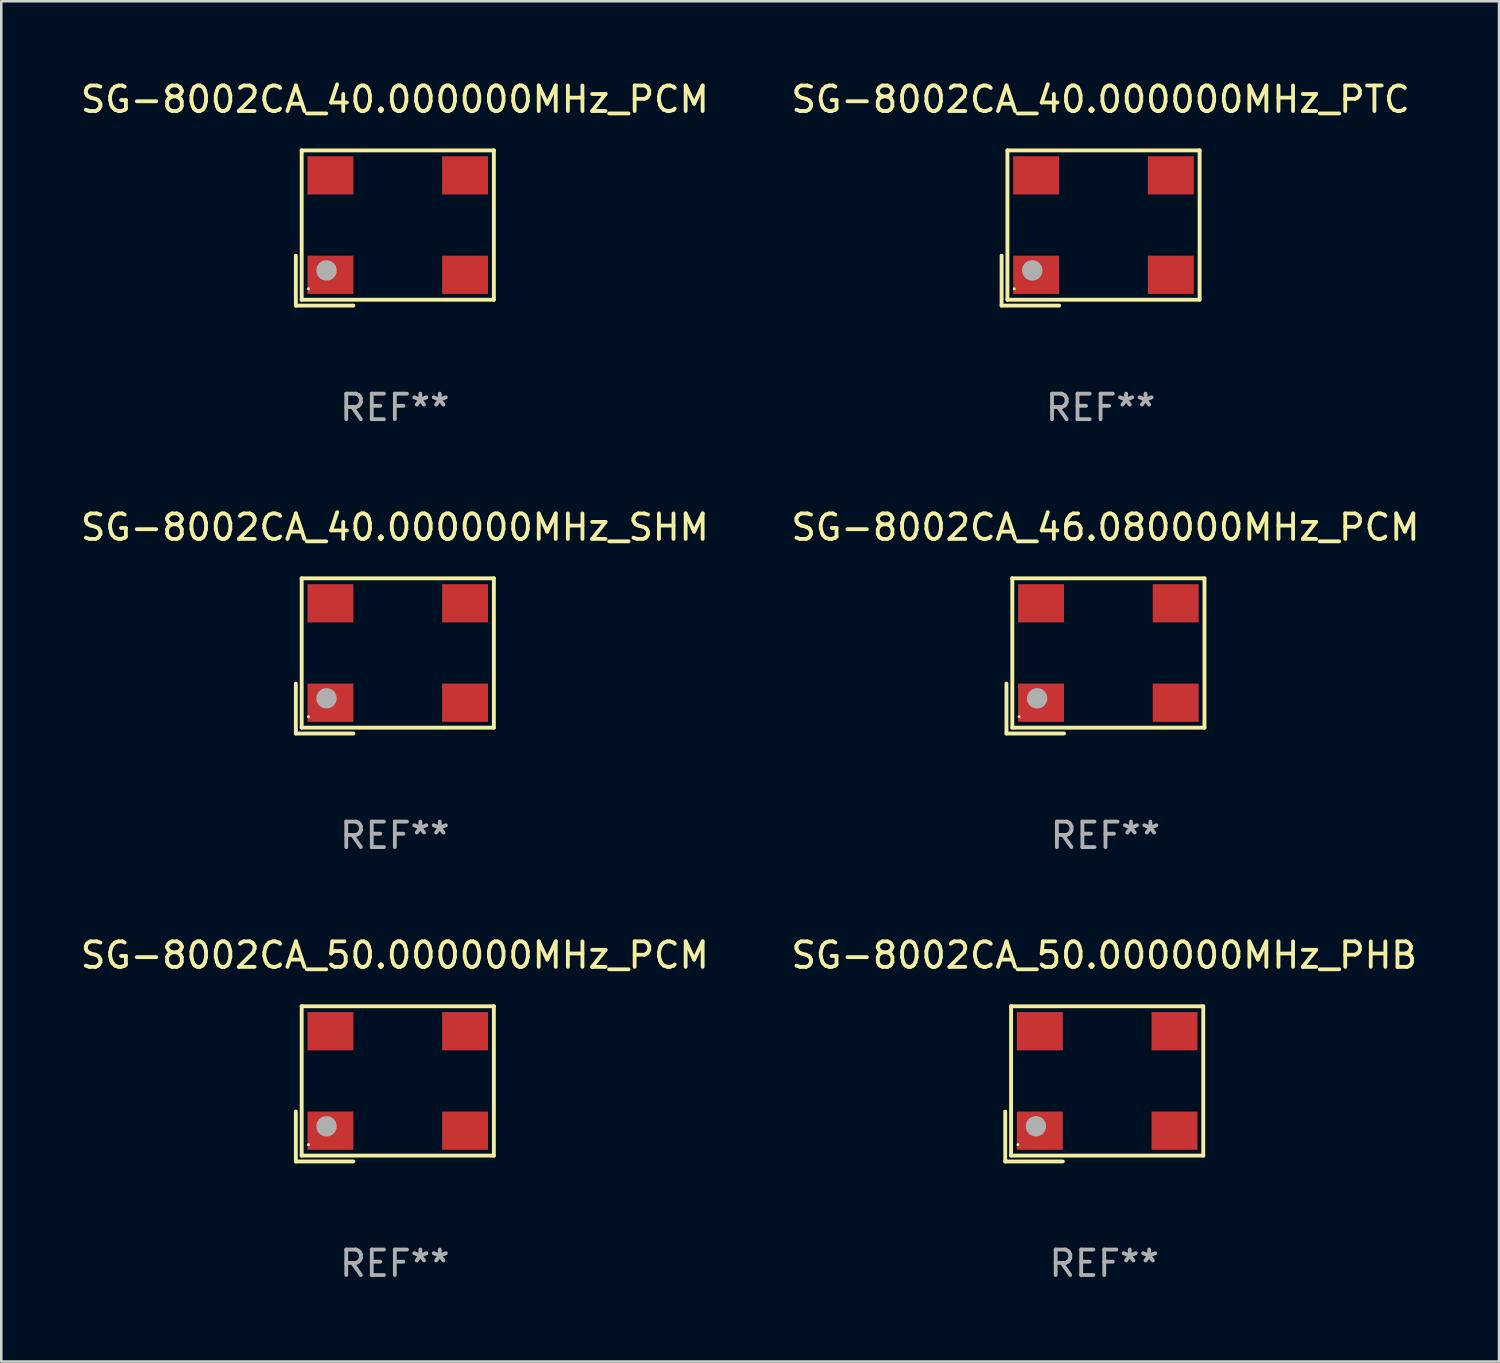
<source format=kicad_pcb>
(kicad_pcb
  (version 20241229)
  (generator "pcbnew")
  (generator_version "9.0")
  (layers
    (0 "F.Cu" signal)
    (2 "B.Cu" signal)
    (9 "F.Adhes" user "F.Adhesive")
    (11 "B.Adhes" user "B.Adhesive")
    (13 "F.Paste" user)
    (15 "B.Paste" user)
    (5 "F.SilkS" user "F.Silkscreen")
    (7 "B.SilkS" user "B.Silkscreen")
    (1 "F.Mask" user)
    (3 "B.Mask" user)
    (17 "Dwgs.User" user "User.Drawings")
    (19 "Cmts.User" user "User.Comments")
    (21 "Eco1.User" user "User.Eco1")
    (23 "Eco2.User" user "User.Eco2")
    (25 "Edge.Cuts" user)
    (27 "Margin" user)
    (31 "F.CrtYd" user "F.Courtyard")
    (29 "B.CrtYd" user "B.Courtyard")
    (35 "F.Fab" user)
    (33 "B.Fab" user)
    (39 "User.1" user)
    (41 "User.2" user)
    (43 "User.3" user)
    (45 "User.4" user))
  (footprint "SG-8002CA_40.000000MHz_PTC"
    (layer "F.Cu")
    (at 40.113 5.891)
    (property "Reference" "SG-8002CA_40.000000MHz_PTC" (at 0 -5.043 0) (layer "F.SilkS") (effects (font (size 1 1) (thickness 0.15))))
    (attr through_hole)
    (fp_line (start -3.883 1.086) (end -3.883 3.043) (stroke (width 0.152) (type solid)) (layer "F.SilkS"))
    (fp_line (start -3.883 3.043) (end -1.626 3.043) (stroke (width 0.152) (type solid)) (layer "F.SilkS"))
    (fp_line (start -3.654 -3.043) (end 3.883 -3.043) (stroke (width 0.152) (type solid)) (layer "F.SilkS"))
    (fp_line (start -3.654 2.814) (end -3.654 -3.043) (stroke (width 0.152) (type solid)) (layer "F.SilkS"))
    (fp_line (start 3.883 -3.043) (end 3.883 2.814) (stroke (width 0.152) (type solid)) (layer "F.SilkS"))
    (fp_line (start 3.883 2.814) (end -3.654 2.814) (stroke (width 0.152) (type solid)) (layer "F.SilkS"))
    (fp_circle (center -3.386 2.386) (end -3.356 2.386) (stroke (width 0.06) (type solid)) (fill no) (layer "F.SilkS"))
    (fp_circle (center -2.68 1.664) (end -2.48 1.664) (stroke (width 0.4) (type solid)) (fill no) (layer "F.Fab"))
    (fp_text user "REF**" (at 0 7.043 0) (layer "F.Fab") (effects (font (size 1 1) (thickness 0.15))))
    (pad "1" smd rect (at -2.526 1.836) (size 1.8 1.5) (layers "F.Cu" "F.Mask" "F.Paste"))
    (pad "2" smd rect (at 2.754 1.836) (size 1.8 1.5) (layers "F.Cu" "F.Mask" "F.Paste"))
    (pad "3" smd rect (at 2.754 -2.064) (size 1.8 1.5) (layers "F.Cu" "F.Mask" "F.Paste"))
    (pad "4" smd rect (at -2.526 -2.064) (size 1.8 1.5) (layers "F.Cu" "F.Mask" "F.Paste")))
  (footprint "SG-8002CA_40.000000MHz_SHM"
    (layer "F.Cu")
    (at 12.435 22.673)
    (property "Reference" "SG-8002CA_40.000000MHz_SHM" (at 0 -5.043 0) (layer "F.SilkS") (effects (font (size 1 1) (thickness 0.15))))
    (attr through_hole)
    (fp_line (start -3.883 1.086) (end -3.883 3.043) (stroke (width 0.152) (type solid)) (layer "F.SilkS"))
    (fp_line (start -3.883 3.043) (end -1.626 3.043) (stroke (width 0.152) (type solid)) (layer "F.SilkS"))
    (fp_line (start -3.654 -3.043) (end 3.883 -3.043) (stroke (width 0.152) (type solid)) (layer "F.SilkS"))
    (fp_line (start -3.654 2.814) (end -3.654 -3.043) (stroke (width 0.152) (type solid)) (layer "F.SilkS"))
    (fp_line (start 3.883 -3.043) (end 3.883 2.814) (stroke (width 0.152) (type solid)) (layer "F.SilkS"))
    (fp_line (start 3.883 2.814) (end -3.654 2.814) (stroke (width 0.152) (type solid)) (layer "F.SilkS"))
    (fp_circle (center -3.386 2.386) (end -3.356 2.386) (stroke (width 0.06) (type solid)) (fill no) (layer "F.SilkS"))
    (fp_circle (center -2.68 1.664) (end -2.48 1.664) (stroke (width 0.4) (type solid)) (fill no) (layer "F.Fab"))
    (fp_text user "REF**" (at 0 7.043 0) (layer "F.Fab") (effects (font (size 1 1) (thickness 0.15))))
    (pad "1" smd rect (at -2.526 1.836) (size 1.8 1.5) (layers "F.Cu" "F.Mask" "F.Paste"))
    (pad "2" smd rect (at 2.754 1.836) (size 1.8 1.5) (layers "F.Cu" "F.Mask" "F.Paste"))
    (pad "3" smd rect (at 2.754 -2.064) (size 1.8 1.5) (layers "F.Cu" "F.Mask" "F.Paste"))
    (pad "4" smd rect (at -2.526 -2.064) (size 1.8 1.5) (layers "F.Cu" "F.Mask" "F.Paste")))
  (footprint "SG-8002CA_46.080000MHz_PCM"
    (layer "F.Cu")
    (at 40.304 22.673)
    (property "Reference" "SG-8002CA_46.080000MHz_PCM" (at 0 -5.043 0) (layer "F.SilkS") (effects (font (size 1 1) (thickness 0.15))))
    (attr through_hole)
    (fp_line (start -3.883 1.086) (end -3.883 3.043) (stroke (width 0.152) (type solid)) (layer "F.SilkS"))
    (fp_line (start -3.883 3.043) (end -1.626 3.043) (stroke (width 0.152) (type solid)) (layer "F.SilkS"))
    (fp_line (start -3.654 -3.043) (end 3.883 -3.043) (stroke (width 0.152) (type solid)) (layer "F.SilkS"))
    (fp_line (start -3.654 2.814) (end -3.654 -3.043) (stroke (width 0.152) (type solid)) (layer "F.SilkS"))
    (fp_line (start 3.883 -3.043) (end 3.883 2.814) (stroke (width 0.152) (type solid)) (layer "F.SilkS"))
    (fp_line (start 3.883 2.814) (end -3.654 2.814) (stroke (width 0.152) (type solid)) (layer "F.SilkS"))
    (fp_circle (center -3.386 2.386) (end -3.356 2.386) (stroke (width 0.06) (type solid)) (fill no) (layer "F.SilkS"))
    (fp_circle (center -2.68 1.664) (end -2.48 1.664) (stroke (width 0.4) (type solid)) (fill no) (layer "F.Fab"))
    (fp_text user "REF**" (at 0 7.043 0) (layer "F.Fab") (effects (font (size 1 1) (thickness 0.15))))
    (pad "1" smd rect (at -2.526 1.836) (size 1.8 1.5) (layers "F.Cu" "F.Mask" "F.Paste"))
    (pad "2" smd rect (at 2.754 1.836) (size 1.8 1.5) (layers "F.Cu" "F.Mask" "F.Paste"))
    (pad "3" smd rect (at 2.754 -2.064) (size 1.8 1.5) (layers "F.Cu" "F.Mask" "F.Paste"))
    (pad "4" smd rect (at -2.526 -2.064) (size 1.8 1.5) (layers "F.Cu" "F.Mask" "F.Paste")))
  (footprint "SG-8002CA_50.000000MHz_PCM"
    (layer "F.Cu")
    (at 12.435 39.456)
    (property "Reference" "SG-8002CA_50.000000MHz_PCM" (at 0 -5.043 0) (layer "F.SilkS") (effects (font (size 1 1) (thickness 0.15))))
    (attr through_hole)
    (fp_line (start -3.883 1.086) (end -3.883 3.043) (stroke (width 0.152) (type solid)) (layer "F.SilkS"))
    (fp_line (start -3.883 3.043) (end -1.626 3.043) (stroke (width 0.152) (type solid)) (layer "F.SilkS"))
    (fp_line (start -3.654 -3.043) (end 3.883 -3.043) (stroke (width 0.152) (type solid)) (layer "F.SilkS"))
    (fp_line (start -3.654 2.814) (end -3.654 -3.043) (stroke (width 0.152) (type solid)) (layer "F.SilkS"))
    (fp_line (start 3.883 -3.043) (end 3.883 2.814) (stroke (width 0.152) (type solid)) (layer "F.SilkS"))
    (fp_line (start 3.883 2.814) (end -3.654 2.814) (stroke (width 0.152) (type solid)) (layer "F.SilkS"))
    (fp_circle (center -3.386 2.386) (end -3.356 2.386) (stroke (width 0.06) (type solid)) (fill no) (layer "F.SilkS"))
    (fp_circle (center -2.68 1.664) (end -2.48 1.664) (stroke (width 0.4) (type solid)) (fill no) (layer "F.Fab"))
    (fp_text user "REF**" (at 0 7.043 0) (layer "F.Fab") (effects (font (size 1 1) (thickness 0.15))))
    (pad "1" smd rect (at -2.526 1.836) (size 1.8 1.5) (layers "F.Cu" "F.Mask" "F.Paste"))
    (pad "2" smd rect (at 2.754 1.836) (size 1.8 1.5) (layers "F.Cu" "F.Mask" "F.Paste"))
    (pad "3" smd rect (at 2.754 -2.064) (size 1.8 1.5) (layers "F.Cu" "F.Mask" "F.Paste"))
    (pad "4" smd rect (at -2.526 -2.064) (size 1.8 1.5) (layers "F.Cu" "F.Mask" "F.Paste")))
  (footprint "SG-8002CA_40.000000MHz_PCM"
    (layer "F.Cu")
    (at 12.435 5.891)
    (property "Reference" "SG-8002CA_40.000000MHz_PCM" (at 0 -5.043 0) (layer "F.SilkS") (effects (font (size 1 1) (thickness 0.15))))
    (attr through_hole)
    (fp_line (start -3.883 1.086) (end -3.883 3.043) (stroke (width 0.152) (type solid)) (layer "F.SilkS"))
    (fp_line (start -3.883 3.043) (end -1.626 3.043) (stroke (width 0.152) (type solid)) (layer "F.SilkS"))
    (fp_line (start -3.654 -3.043) (end 3.883 -3.043) (stroke (width 0.152) (type solid)) (layer "F.SilkS"))
    (fp_line (start -3.654 2.814) (end -3.654 -3.043) (stroke (width 0.152) (type solid)) (layer "F.SilkS"))
    (fp_line (start 3.883 -3.043) (end 3.883 2.814) (stroke (width 0.152) (type solid)) (layer "F.SilkS"))
    (fp_line (start 3.883 2.814) (end -3.654 2.814) (stroke (width 0.152) (type solid)) (layer "F.SilkS"))
    (fp_circle (center -3.386 2.386) (end -3.356 2.386) (stroke (width 0.06) (type solid)) (fill no) (layer "F.SilkS"))
    (fp_circle (center -2.68 1.664) (end -2.48 1.664) (stroke (width 0.4) (type solid)) (fill no) (layer "F.Fab"))
    (fp_text user "REF**" (at 0 7.043 0) (layer "F.Fab") (effects (font (size 1 1) (thickness 0.15))))
    (pad "1" smd rect (at -2.526 1.836) (size 1.8 1.5) (layers "F.Cu" "F.Mask" "F.Paste"))
    (pad "2" smd rect (at 2.754 1.836) (size 1.8 1.5) (layers "F.Cu" "F.Mask" "F.Paste"))
    (pad "3" smd rect (at 2.754 -2.064) (size 1.8 1.5) (layers "F.Cu" "F.Mask" "F.Paste"))
    (pad "4" smd rect (at -2.526 -2.064) (size 1.8 1.5) (layers "F.Cu" "F.Mask" "F.Paste")))
  (footprint "SG-8002CA_50.000000MHz_PHB"
    (layer "F.Cu")
    (at 40.256 39.456)
    (property "Reference" "SG-8002CA_50.000000MHz_PHB" (at 0 -5.043 0) (layer "F.SilkS") (effects (font (size 1 1) (thickness 0.15))))
    (attr through_hole)
    (fp_line (start -3.883 1.086) (end -3.883 3.043) (stroke (width 0.152) (type solid)) (layer "F.SilkS"))
    (fp_line (start -3.883 3.043) (end -1.626 3.043) (stroke (width 0.152) (type solid)) (layer "F.SilkS"))
    (fp_line (start -3.654 -3.043) (end 3.883 -3.043) (stroke (width 0.152) (type solid)) (layer "F.SilkS"))
    (fp_line (start -3.654 2.814) (end -3.654 -3.043) (stroke (width 0.152) (type solid)) (layer "F.SilkS"))
    (fp_line (start 3.883 -3.043) (end 3.883 2.814) (stroke (width 0.152) (type solid)) (layer "F.SilkS"))
    (fp_line (start 3.883 2.814) (end -3.654 2.814) (stroke (width 0.152) (type solid)) (layer "F.SilkS"))
    (fp_circle (center -3.386 2.386) (end -3.356 2.386) (stroke (width 0.06) (type solid)) (fill no) (layer "F.SilkS"))
    (fp_circle (center -2.68 1.664) (end -2.48 1.664) (stroke (width 0.4) (type solid)) (fill no) (layer "F.Fab"))
    (fp_text user "REF**" (at 0 7.043 0) (layer "F.Fab") (effects (font (size 1 1) (thickness 0.15))))
    (pad "1" smd rect (at -2.526 1.836) (size 1.8 1.5) (layers "F.Cu" "F.Mask" "F.Paste"))
    (pad "2" smd rect (at 2.754 1.836) (size 1.8 1.5) (layers "F.Cu" "F.Mask" "F.Paste"))
    (pad "3" smd rect (at 2.754 -2.064) (size 1.8 1.5) (layers "F.Cu" "F.Mask" "F.Paste"))
    (pad "4" smd rect (at -2.526 -2.064) (size 1.8 1.5) (layers "F.Cu" "F.Mask" "F.Paste")))
  (gr_rect
    (start -3 -3)
    (end 55.738 50.347)
    (stroke (width 0.1) (type default))
    (fill no)
    (layer "Edge.Cuts")))
</source>
